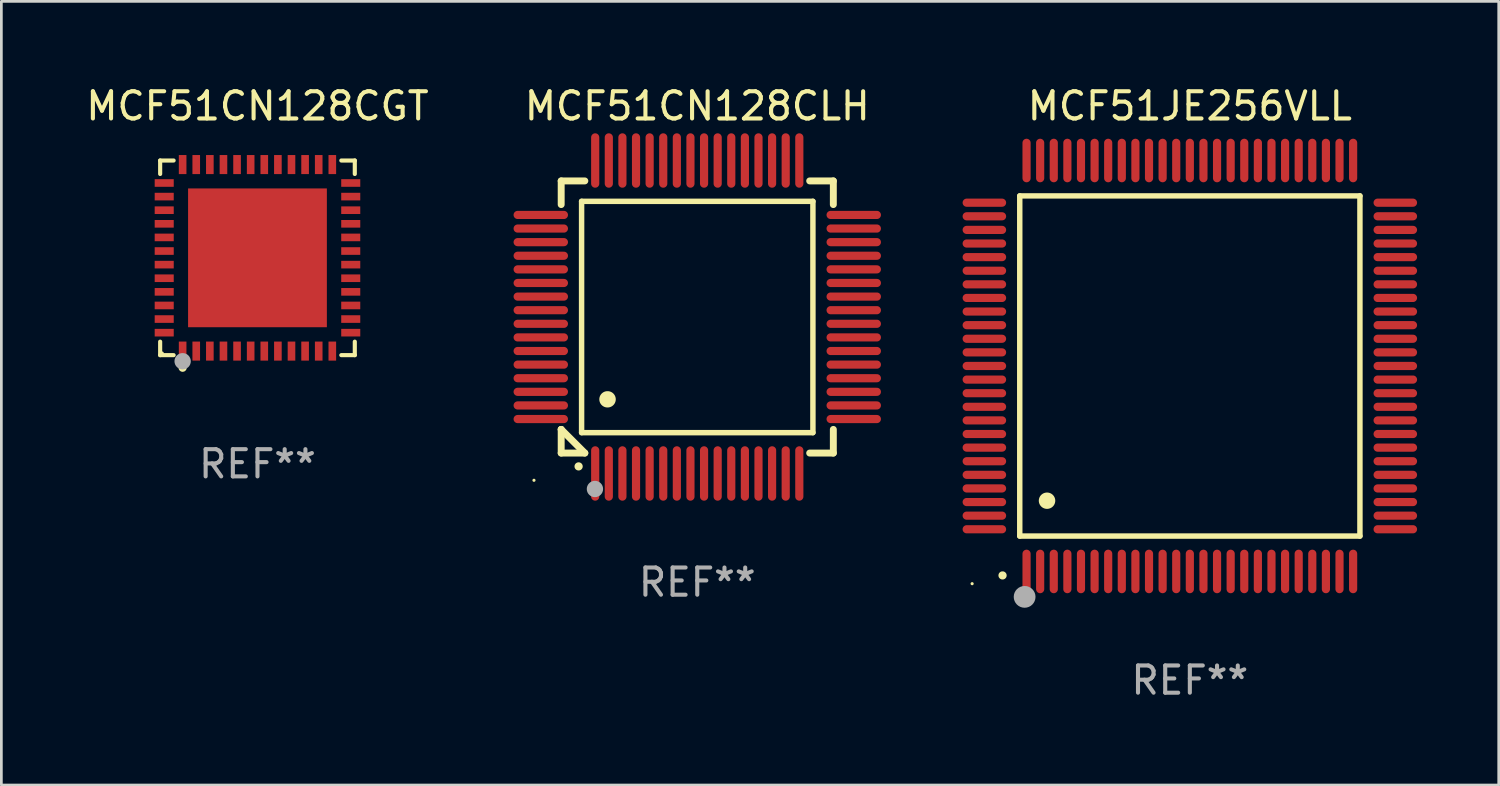
<source format=kicad_pcb>
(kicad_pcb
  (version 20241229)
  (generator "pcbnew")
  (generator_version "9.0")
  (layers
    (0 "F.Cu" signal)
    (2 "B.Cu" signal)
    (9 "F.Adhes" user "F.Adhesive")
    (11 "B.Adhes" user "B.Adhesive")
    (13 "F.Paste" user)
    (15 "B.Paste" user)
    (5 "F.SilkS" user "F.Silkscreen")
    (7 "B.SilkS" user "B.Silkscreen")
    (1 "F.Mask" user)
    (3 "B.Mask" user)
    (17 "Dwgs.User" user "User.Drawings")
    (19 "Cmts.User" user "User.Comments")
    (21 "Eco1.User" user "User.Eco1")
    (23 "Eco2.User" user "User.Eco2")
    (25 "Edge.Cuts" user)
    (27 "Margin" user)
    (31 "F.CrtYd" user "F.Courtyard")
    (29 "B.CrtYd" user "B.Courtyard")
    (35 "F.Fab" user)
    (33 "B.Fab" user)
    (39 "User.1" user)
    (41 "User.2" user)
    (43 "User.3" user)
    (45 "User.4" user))
  (footprint "MCF51CN128CGT"
    (layer "F.Cu")
    (at 6.411 6.424)
    (property "Reference" "MCF51CN128CGT" (at 0 -5.576 0) (layer "F.SilkS") (effects (font (size 1 1) (thickness 0.15))))
    (attr through_hole)
    (fp_line (start -3.576 -3.576) (end -3.081 -3.576) (stroke (width 0.152) (type solid)) (layer "F.SilkS"))
    (fp_line (start -3.576 -3.081) (end -3.576 -3.576) (stroke (width 0.152) (type solid)) (layer "F.SilkS"))
    (fp_line (start -3.576 3.081) (end -3.576 3.576) (stroke (width 0.152) (type solid)) (layer "F.SilkS"))
    (fp_line (start -3.576 3.576) (end -3.081 3.576) (stroke (width 0.152) (type solid)) (layer "F.SilkS"))
    (fp_line (start 3.576 -3.576) (end 3.081 -3.576) (stroke (width 0.152) (type solid)) (layer "F.SilkS"))
    (fp_line (start 3.576 -3.081) (end 3.576 -3.576) (stroke (width 0.152) (type solid)) (layer "F.SilkS"))
    (fp_line (start 3.576 3.081) (end 3.576 3.576) (stroke (width 0.152) (type solid)) (layer "F.SilkS"))
    (fp_line (start 3.576 3.576) (end 3.081 3.576) (stroke (width 0.152) (type solid)) (layer "F.SilkS"))
    (fp_circle (center -3.5 3.5) (end -3.47 3.5) (stroke (width 0.06) (type solid)) (fill no) (layer "F.SilkS"))
    (fp_circle (center -2.75 4.04) (end -2.675 4.04) (stroke (width 0.15) (type solid)) (fill no) (layer "F.SilkS"))
    (fp_circle (center -2.75 3.8) (end -2.6 3.8) (stroke (width 0.3) (type solid)) (fill no) (layer "F.Fab"))
    (fp_text user "REF**" (at 0 7.576 0) (layer "F.Fab") (effects (font (size 1 1) (thickness 0.15))))
    (pad "1" smd rect (at -2.75 3.427) (size 0.28 0.7) (layers "F.Cu" "F.Mask" "F.Paste"))
    (pad "2" smd rect (at -2.25 3.427) (size 0.28 0.7) (layers "F.Cu" "F.Mask" "F.Paste"))
    (pad "3" smd rect (at -1.75 3.427) (size 0.28 0.7) (layers "F.Cu" "F.Mask" "F.Paste"))
    (pad "4" smd rect (at -1.25 3.427) (size 0.28 0.7) (layers "F.Cu" "F.Mask" "F.Paste"))
    (pad "5" smd rect (at -0.75 3.427) (size 0.28 0.7) (layers "F.Cu" "F.Mask" "F.Paste"))
    (pad "6" smd rect (at -0.25 3.427) (size 0.28 0.7) (layers "F.Cu" "F.Mask" "F.Paste"))
    (pad "7" smd rect (at 0.25 3.427) (size 0.28 0.7) (layers "F.Cu" "F.Mask" "F.Paste"))
    (pad "8" smd rect (at 0.75 3.427) (size 0.28 0.7) (layers "F.Cu" "F.Mask" "F.Paste"))
    (pad "9" smd rect (at 1.25 3.427) (size 0.28 0.7) (layers "F.Cu" "F.Mask" "F.Paste"))
    (pad "10" smd rect (at 1.75 3.427) (size 0.28 0.7) (layers "F.Cu" "F.Mask" "F.Paste"))
    (pad "11" smd rect (at 2.25 3.427) (size 0.28 0.7) (layers "F.Cu" "F.Mask" "F.Paste"))
    (pad "12" smd rect (at 2.75 3.427) (size 0.28 0.7) (layers "F.Cu" "F.Mask" "F.Paste"))
    (pad "13" smd rect (at 3.427 2.75) (size 0.7 0.28) (layers "F.Cu" "F.Mask" "F.Paste"))
    (pad "14" smd rect (at 3.427 2.25) (size 0.7 0.28) (layers "F.Cu" "F.Mask" "F.Paste"))
    (pad "15" smd rect (at 3.427 1.75) (size 0.7 0.28) (layers "F.Cu" "F.Mask" "F.Paste"))
    (pad "16" smd rect (at 3.427 1.25) (size 0.7 0.28) (layers "F.Cu" "F.Mask" "F.Paste"))
    (pad "17" smd rect (at 3.427 0.75) (size 0.7 0.28) (layers "F.Cu" "F.Mask" "F.Paste"))
    (pad "18" smd rect (at 3.427 0.25) (size 0.7 0.28) (layers "F.Cu" "F.Mask" "F.Paste"))
    (pad "19" smd rect (at 3.427 -0.25) (size 0.7 0.28) (layers "F.Cu" "F.Mask" "F.Paste"))
    (pad "20" smd rect (at 3.427 -0.75) (size 0.7 0.28) (layers "F.Cu" "F.Mask" "F.Paste"))
    (pad "21" smd rect (at 3.427 -1.25) (size 0.7 0.28) (layers "F.Cu" "F.Mask" "F.Paste"))
    (pad "22" smd rect (at 3.427 -1.75) (size 0.7 0.28) (layers "F.Cu" "F.Mask" "F.Paste"))
    (pad "23" smd rect (at 3.427 -2.25) (size 0.7 0.28) (layers "F.Cu" "F.Mask" "F.Paste"))
    (pad "24" smd rect (at 3.427 -2.75) (size 0.7 0.28) (layers "F.Cu" "F.Mask" "F.Paste"))
    (pad "25" smd rect (at 2.75 -3.427) (size 0.28 0.7) (layers "F.Cu" "F.Mask" "F.Paste"))
    (pad "26" smd rect (at 2.25 -3.427) (size 0.28 0.7) (layers "F.Cu" "F.Mask" "F.Paste"))
    (pad "27" smd rect (at 1.75 -3.427) (size 0.28 0.7) (layers "F.Cu" "F.Mask" "F.Paste"))
    (pad "28" smd rect (at 1.25 -3.427) (size 0.28 0.7) (layers "F.Cu" "F.Mask" "F.Paste"))
    (pad "29" smd rect (at 0.75 -3.427) (size 0.28 0.7) (layers "F.Cu" "F.Mask" "F.Paste"))
    (pad "30" smd rect (at 0.25 -3.427) (size 0.28 0.7) (layers "F.Cu" "F.Mask" "F.Paste"))
    (pad "31" smd rect (at -0.25 -3.427) (size 0.28 0.7) (layers "F.Cu" "F.Mask" "F.Paste"))
    (pad "32" smd rect (at -0.75 -3.427) (size 0.28 0.7) (layers "F.Cu" "F.Mask" "F.Paste"))
    (pad "33" smd rect (at -1.25 -3.427) (size 0.28 0.7) (layers "F.Cu" "F.Mask" "F.Paste"))
    (pad "34" smd rect (at -1.75 -3.427) (size 0.28 0.7) (layers "F.Cu" "F.Mask" "F.Paste"))
    (pad "35" smd rect (at -2.25 -3.427) (size 0.28 0.7) (layers "F.Cu" "F.Mask" "F.Paste"))
    (pad "36" smd rect (at -2.75 -3.427) (size 0.28 0.7) (layers "F.Cu" "F.Mask" "F.Paste"))
    (pad "37" smd rect (at -3.427 -2.75) (size 0.7 0.28) (layers "F.Cu" "F.Mask" "F.Paste"))
    (pad "38" smd rect (at -3.427 -2.25) (size 0.7 0.28) (layers "F.Cu" "F.Mask" "F.Paste"))
    (pad "39" smd rect (at -3.427 -1.75) (size 0.7 0.28) (layers "F.Cu" "F.Mask" "F.Paste"))
    (pad "40" smd rect (at -3.427 -1.25) (size 0.7 0.28) (layers "F.Cu" "F.Mask" "F.Paste"))
    (pad "41" smd rect (at -3.427 -0.75) (size 0.7 0.28) (layers "F.Cu" "F.Mask" "F.Paste"))
    (pad "42" smd rect (at -3.427 -0.25) (size 0.7 0.28) (layers "F.Cu" "F.Mask" "F.Paste"))
    (pad "43" smd rect (at -3.427 0.25) (size 0.7 0.28) (layers "F.Cu" "F.Mask" "F.Paste"))
    (pad "44" smd rect (at -3.427 0.75) (size 0.7 0.28) (layers "F.Cu" "F.Mask" "F.Paste"))
    (pad "45" smd rect (at -3.427 1.25) (size 0.7 0.28) (layers "F.Cu" "F.Mask" "F.Paste"))
    (pad "46" smd rect (at -3.427 1.75) (size 0.7 0.28) (layers "F.Cu" "F.Mask" "F.Paste"))
    (pad "47" smd rect (at -3.427 2.25) (size 0.7 0.28) (layers "F.Cu" "F.Mask" "F.Paste"))
    (pad "48" smd rect (at -3.427 2.75) (size 0.7 0.28) (layers "F.Cu" "F.Mask" "F.Paste"))
    (pad "49" smd rect (at 0 0) (size 5.1 5.1) (layers "F.Cu" "F.Mask" "F.Paste")))
  (footprint "MCF51JE256VLL"
    (layer "F.Cu")
    (at 40.671 10.398)
    (property "Reference" "MCF51JE256VLL" (at 0 -9.55 0) (layer "F.SilkS") (effects (font (size 1 1) (thickness 0.15))))
    (attr through_hole)
    (fp_line (start -6.25 -6.25) (end -6.25 6.25) (stroke (width 0.2) (type solid)) (layer "F.SilkS"))
    (fp_line (start -6.25 6.25) (end 6.25 6.25) (stroke (width 0.2) (type solid)) (layer "F.SilkS"))
    (fp_line (start 6.25 -6.25) (end -6.25 -6.25) (stroke (width 0.2) (type solid)) (layer "F.SilkS"))
    (fp_line (start 6.25 6.25) (end 6.25 -6.25) (stroke (width 0.2) (type solid)) (layer "F.SilkS"))
    (fp_arc (start -6.883414 7.696215) (mid -6.882144 7.69621) (end -6.880874 7.696215) (stroke (width 0.3) (type solid)) (layer "F.SilkS"))
    (fp_arc (start -5.250191 4.95047) (mid -5.247651 4.950459) (end -5.245111 4.95047) (stroke (width 0.6) (type solid)) (layer "F.SilkS"))
    (fp_circle (center -8 8) (end -7.97 8) (stroke (width 0.06) (type solid)) (fill no) (layer "F.SilkS"))
    (fp_circle (center -6.071 8.484) (end -5.871 8.484) (stroke (width 0.4) (type solid)) (fill no) (layer "F.Fab"))
    (fp_text user "REF**" (at 0 11.55 0) (layer "F.Fab") (effects (font (size 1 1) (thickness 0.15))))
    (pad "1" smd oval (at -6 7.55) (size 0.3 1.6) (layers "F.Cu" "F.Mask" "F.Paste"))
    (pad "2" smd oval (at -5.5 7.55) (size 0.3 1.6) (layers "F.Cu" "F.Mask" "F.Paste"))
    (pad "3" smd oval (at -5 7.55) (size 0.3 1.6) (layers "F.Cu" "F.Mask" "F.Paste"))
    (pad "4" smd oval (at -4.5 7.55) (size 0.3 1.6) (layers "F.Cu" "F.Mask" "F.Paste"))
    (pad "5" smd oval (at -4 7.55) (size 0.3 1.6) (layers "F.Cu" "F.Mask" "F.Paste"))
    (pad "6" smd oval (at -3.5 7.55) (size 0.3 1.6) (layers "F.Cu" "F.Mask" "F.Paste"))
    (pad "7" smd oval (at -3 7.55) (size 0.3 1.6) (layers "F.Cu" "F.Mask" "F.Paste"))
    (pad "8" smd oval (at -2.5 7.55) (size 0.3 1.6) (layers "F.Cu" "F.Mask" "F.Paste"))
    (pad "9" smd oval (at -2 7.55) (size 0.3 1.6) (layers "F.Cu" "F.Mask" "F.Paste"))
    (pad "10" smd oval (at -1.5 7.55) (size 0.3 1.6) (layers "F.Cu" "F.Mask" "F.Paste"))
    (pad "11" smd oval (at -1 7.55) (size 0.3 1.6) (layers "F.Cu" "F.Mask" "F.Paste"))
    (pad "12" smd oval (at -0.5 7.55) (size 0.3 1.6) (layers "F.Cu" "F.Mask" "F.Paste"))
    (pad "13" smd oval (at 0 7.55) (size 0.3 1.6) (layers "F.Cu" "F.Mask" "F.Paste"))
    (pad "14" smd oval (at 0.5 7.55) (size 0.3 1.6) (layers "F.Cu" "F.Mask" "F.Paste"))
    (pad "15" smd oval (at 1 7.55) (size 0.3 1.6) (layers "F.Cu" "F.Mask" "F.Paste"))
    (pad "16" smd oval (at 1.5 7.55) (size 0.3 1.6) (layers "F.Cu" "F.Mask" "F.Paste"))
    (pad "17" smd oval (at 2 7.55) (size 0.3 1.6) (layers "F.Cu" "F.Mask" "F.Paste"))
    (pad "18" smd oval (at 2.5 7.55) (size 0.3 1.6) (layers "F.Cu" "F.Mask" "F.Paste"))
    (pad "19" smd oval (at 3 7.55) (size 0.3 1.6) (layers "F.Cu" "F.Mask" "F.Paste"))
    (pad "20" smd oval (at 3.5 7.55) (size 0.3 1.6) (layers "F.Cu" "F.Mask" "F.Paste"))
    (pad "21" smd oval (at 4 7.55) (size 0.3 1.6) (layers "F.Cu" "F.Mask" "F.Paste"))
    (pad "22" smd oval (at 4.5 7.55) (size 0.3 1.6) (layers "F.Cu" "F.Mask" "F.Paste"))
    (pad "23" smd oval (at 5 7.55) (size 0.3 1.6) (layers "F.Cu" "F.Mask" "F.Paste"))
    (pad "24" smd oval (at 5.5 7.55) (size 0.3 1.6) (layers "F.Cu" "F.Mask" "F.Paste"))
    (pad "25" smd oval (at 6 7.55) (size 0.3 1.6) (layers "F.Cu" "F.Mask" "F.Paste"))
    (pad "26" smd oval (at 7.55 6) (size 1.6 0.3) (layers "F.Cu" "F.Mask" "F.Paste"))
    (pad "27" smd oval (at 7.55 5.5) (size 1.6 0.3) (layers "F.Cu" "F.Mask" "F.Paste"))
    (pad "28" smd oval (at 7.55 5) (size 1.6 0.3) (layers "F.Cu" "F.Mask" "F.Paste"))
    (pad "29" smd oval (at 7.55 4.5) (size 1.6 0.3) (layers "F.Cu" "F.Mask" "F.Paste"))
    (pad "30" smd oval (at 7.55 4) (size 1.6 0.3) (layers "F.Cu" "F.Mask" "F.Paste"))
    (pad "31" smd oval (at 7.55 3.5) (size 1.6 0.3) (layers "F.Cu" "F.Mask" "F.Paste"))
    (pad "32" smd oval (at 7.55 3) (size 1.6 0.3) (layers "F.Cu" "F.Mask" "F.Paste"))
    (pad "33" smd oval (at 7.55 2.5) (size 1.6 0.3) (layers "F.Cu" "F.Mask" "F.Paste"))
    (pad "34" smd oval (at 7.55 2) (size 1.6 0.3) (layers "F.Cu" "F.Mask" "F.Paste"))
    (pad "35" smd oval (at 7.55 1.5) (size 1.6 0.3) (layers "F.Cu" "F.Mask" "F.Paste"))
    (pad "36" smd oval (at 7.55 1) (size 1.6 0.3) (layers "F.Cu" "F.Mask" "F.Paste"))
    (pad "37" smd oval (at 7.55 0.5) (size 1.6 0.3) (layers "F.Cu" "F.Mask" "F.Paste"))
    (pad "38" smd oval (at 7.55 0) (size 1.6 0.3) (layers "F.Cu" "F.Mask" "F.Paste"))
    (pad "39" smd oval (at 7.55 -0.5) (size 1.6 0.3) (layers "F.Cu" "F.Mask" "F.Paste"))
    (pad "40" smd oval (at 7.55 -1) (size 1.6 0.3) (layers "F.Cu" "F.Mask" "F.Paste"))
    (pad "41" smd oval (at 7.55 -1.5) (size 1.6 0.3) (layers "F.Cu" "F.Mask" "F.Paste"))
    (pad "42" smd oval (at 7.55 -2) (size 1.6 0.3) (layers "F.Cu" "F.Mask" "F.Paste"))
    (pad "43" smd oval (at 7.55 -2.5) (size 1.6 0.3) (layers "F.Cu" "F.Mask" "F.Paste"))
    (pad "44" smd oval (at 7.55 -3) (size 1.6 0.3) (layers "F.Cu" "F.Mask" "F.Paste"))
    (pad "45" smd oval (at 7.55 -3.5) (size 1.6 0.3) (layers "F.Cu" "F.Mask" "F.Paste"))
    (pad "46" smd oval (at 7.55 -4) (size 1.6 0.3) (layers "F.Cu" "F.Mask" "F.Paste"))
    (pad "47" smd oval (at 7.55 -4.5) (size 1.6 0.3) (layers "F.Cu" "F.Mask" "F.Paste"))
    (pad "48" smd oval (at 7.55 -5) (size 1.6 0.3) (layers "F.Cu" "F.Mask" "F.Paste"))
    (pad "49" smd oval (at 7.55 -5.5) (size 1.6 0.3) (layers "F.Cu" "F.Mask" "F.Paste"))
    (pad "50" smd oval (at 7.55 -6) (size 1.6 0.3) (layers "F.Cu" "F.Mask" "F.Paste"))
    (pad "51" smd oval (at 6 -7.55) (size 0.3 1.6) (layers "F.Cu" "F.Mask" "F.Paste"))
    (pad "52" smd oval (at 5.5 -7.55) (size 0.3 1.6) (layers "F.Cu" "F.Mask" "F.Paste"))
    (pad "53" smd oval (at 5 -7.55) (size 0.3 1.6) (layers "F.Cu" "F.Mask" "F.Paste"))
    (pad "54" smd oval (at 4.5 -7.55) (size 0.3 1.6) (layers "F.Cu" "F.Mask" "F.Paste"))
    (pad "55" smd oval (at 4 -7.55) (size 0.3 1.6) (layers "F.Cu" "F.Mask" "F.Paste"))
    (pad "56" smd oval (at 3.5 -7.55) (size 0.3 1.6) (layers "F.Cu" "F.Mask" "F.Paste"))
    (pad "57" smd oval (at 3 -7.55) (size 0.3 1.6) (layers "F.Cu" "F.Mask" "F.Paste"))
    (pad "58" smd oval (at 2.5 -7.55) (size 0.3 1.6) (layers "F.Cu" "F.Mask" "F.Paste"))
    (pad "59" smd oval (at 2 -7.55) (size 0.3 1.6) (layers "F.Cu" "F.Mask" "F.Paste"))
    (pad "60" smd oval (at 1.5 -7.55) (size 0.3 1.6) (layers "F.Cu" "F.Mask" "F.Paste"))
    (pad "61" smd oval (at 1 -7.55) (size 0.3 1.6) (layers "F.Cu" "F.Mask" "F.Paste"))
    (pad "62" smd oval (at 0.5 -7.55) (size 0.3 1.6) (layers "F.Cu" "F.Mask" "F.Paste"))
    (pad "63" smd oval (at 0 -7.55) (size 0.3 1.6) (layers "F.Cu" "F.Mask" "F.Paste"))
    (pad "64" smd oval (at -0.5 -7.55) (size 0.3 1.6) (layers "F.Cu" "F.Mask" "F.Paste"))
    (pad "65" smd oval (at -1 -7.55) (size 0.3 1.6) (layers "F.Cu" "F.Mask" "F.Paste"))
    (pad "66" smd oval (at -1.5 -7.55) (size 0.3 1.6) (layers "F.Cu" "F.Mask" "F.Paste"))
    (pad "67" smd oval (at -2 -7.55) (size 0.3 1.6) (layers "F.Cu" "F.Mask" "F.Paste"))
    (pad "68" smd oval (at -2.5 -7.55) (size 0.3 1.6) (layers "F.Cu" "F.Mask" "F.Paste"))
    (pad "69" smd oval (at -3 -7.55) (size 0.3 1.6) (layers "F.Cu" "F.Mask" "F.Paste"))
    (pad "70" smd oval (at -3.5 -7.55) (size 0.3 1.6) (layers "F.Cu" "F.Mask" "F.Paste"))
    (pad "71" smd oval (at -4 -7.55) (size 0.3 1.6) (layers "F.Cu" "F.Mask" "F.Paste"))
    (pad "72" smd oval (at -4.5 -7.55) (size 0.3 1.6) (layers "F.Cu" "F.Mask" "F.Paste"))
    (pad "73" smd oval (at -5 -7.55) (size 0.3 1.6) (layers "F.Cu" "F.Mask" "F.Paste"))
    (pad "74" smd oval (at -5.5 -7.55) (size 0.3 1.6) (layers "F.Cu" "F.Mask" "F.Paste"))
    (pad "75" smd oval (at -6 -7.55) (size 0.3 1.6) (layers "F.Cu" "F.Mask" "F.Paste"))
    (pad "76" smd oval (at -7.55 -6) (size 1.6 0.3) (layers "F.Cu" "F.Mask" "F.Paste"))
    (pad "77" smd oval (at -7.55 -5.5) (size 1.6 0.3) (layers "F.Cu" "F.Mask" "F.Paste"))
    (pad "78" smd oval (at -7.55 -5) (size 1.6 0.3) (layers "F.Cu" "F.Mask" "F.Paste"))
    (pad "79" smd oval (at -7.55 -4.5) (size 1.6 0.3) (layers "F.Cu" "F.Mask" "F.Paste"))
    (pad "80" smd oval (at -7.55 -4) (size 1.6 0.3) (layers "F.Cu" "F.Mask" "F.Paste"))
    (pad "81" smd oval (at -7.55 -3.5) (size 1.6 0.3) (layers "F.Cu" "F.Mask" "F.Paste"))
    (pad "82" smd oval (at -7.55 -3) (size 1.6 0.3) (layers "F.Cu" "F.Mask" "F.Paste"))
    (pad "83" smd oval (at -7.55 -2.5) (size 1.6 0.3) (layers "F.Cu" "F.Mask" "F.Paste"))
    (pad "84" smd oval (at -7.55 -2) (size 1.6 0.3) (layers "F.Cu" "F.Mask" "F.Paste"))
    (pad "85" smd oval (at -7.55 -1.5) (size 1.6 0.3) (layers "F.Cu" "F.Mask" "F.Paste"))
    (pad "86" smd oval (at -7.55 -1) (size 1.6 0.3) (layers "F.Cu" "F.Mask" "F.Paste"))
    (pad "87" smd oval (at -7.55 -0.5) (size 1.6 0.3) (layers "F.Cu" "F.Mask" "F.Paste"))
    (pad "88" smd oval (at -7.55 0) (size 1.6 0.3) (layers "F.Cu" "F.Mask" "F.Paste"))
    (pad "89" smd oval (at -7.55 0.5) (size 1.6 0.3) (layers "F.Cu" "F.Mask" "F.Paste"))
    (pad "90" smd oval (at -7.55 1) (size 1.6 0.3) (layers "F.Cu" "F.Mask" "F.Paste"))
    (pad "91" smd oval (at -7.55 1.5) (size 1.6 0.3) (layers "F.Cu" "F.Mask" "F.Paste"))
    (pad "92" smd oval (at -7.55 2) (size 1.6 0.3) (layers "F.Cu" "F.Mask" "F.Paste"))
    (pad "93" smd oval (at -7.55 2.5) (size 1.6 0.3) (layers "F.Cu" "F.Mask" "F.Paste"))
    (pad "94" smd oval (at -7.55 3) (size 1.6 0.3) (layers "F.Cu" "F.Mask" "F.Paste"))
    (pad "95" smd oval (at -7.55 3.5) (size 1.6 0.3) (layers "F.Cu" "F.Mask" "F.Paste"))
    (pad "96" smd oval (at -7.55 4) (size 1.6 0.3) (layers "F.Cu" "F.Mask" "F.Paste"))
    (pad "97" smd oval (at -7.55 4.5) (size 1.6 0.3) (layers "F.Cu" "F.Mask" "F.Paste"))
    (pad "98" smd oval (at -7.55 5) (size 1.6 0.3) (layers "F.Cu" "F.Mask" "F.Paste"))
    (pad "99" smd oval (at -7.55 5.5) (size 1.6 0.3) (layers "F.Cu" "F.Mask" "F.Paste"))
    (pad "100" smd oval (at -7.55 6) (size 1.6 0.3) (layers "F.Cu" "F.Mask" "F.Paste")))
  (footprint "MCF51CN128CLH"
    (layer "F.Cu")
    (at 22.571 8.598)
    (property "Reference" "MCF51CN128CLH" (at 0 -7.75 0) (layer "F.SilkS") (effects (font (size 1 1) (thickness 0.15))))
    (attr through_hole)
    (fp_line (start -5 -5) (end -4.131 -5) (stroke (width 0.254) (type solid)) (layer "F.SilkS"))
    (fp_line (start -5 -4.131) (end -5 -5) (stroke (width 0.254) (type solid)) (layer "F.SilkS"))
    (fp_line (start -5 4.131) (end -5 4.131) (stroke (width 0.254) (type solid)) (layer "F.SilkS"))
    (fp_line (start -5 5) (end -5 4.131) (stroke (width 0.254) (type solid)) (layer "F.SilkS"))
    (fp_line (start -5 4.131) (end -4.131 5) (stroke (width 0.254) (type solid)) (layer "F.SilkS"))
    (fp_line (start -4.25 -4.25) (end -4.25 4.25) (stroke (width 0.2) (type solid)) (layer "F.SilkS"))
    (fp_line (start -4.25 4.25) (end 4.25 4.25) (stroke (width 0.2) (type solid)) (layer "F.SilkS"))
    (fp_line (start -4.131 5) (end -5 5) (stroke (width 0.254) (type solid)) (layer "F.SilkS"))
    (fp_line (start 4.25 -4.25) (end -4.25 -4.25) (stroke (width 0.2) (type solid)) (layer "F.SilkS"))
    (fp_line (start 4.25 4.25) (end 4.25 -4.25) (stroke (width 0.2) (type solid)) (layer "F.SilkS"))
    (fp_line (start 5 -5) (end 4.131 -5) (stroke (width 0.254) (type solid)) (layer "F.SilkS"))
    (fp_line (start 5 -5) (end 5 -4.131) (stroke (width 0.254) (type solid)) (layer "F.SilkS"))
    (fp_line (start 5 4.131) (end 5 5) (stroke (width 0.254) (type solid)) (layer "F.SilkS"))
    (fp_line (start 5 5) (end 4.131 5) (stroke (width 0.254) (type solid)) (layer "F.SilkS"))
    (fp_arc (start -4.361265 5.489992) (mid -4.359995 5.489987) (end -4.358725 5.489992) (stroke (width 0.3) (type solid)) (layer "F.SilkS"))
    (fp_arc (start -3.299467 3.025146) (mid -3.296927 3.025135) (end -3.294387 3.025146) (stroke (width 0.6) (type solid)) (layer "F.SilkS"))
    (fp_circle (center -6 6) (end -5.97 6) (stroke (width 0.06) (type solid)) (fill no) (layer "F.SilkS"))
    (fp_circle (center -3.76 6.32) (end -3.61 6.32) (stroke (width 0.3) (type solid)) (fill no) (layer "F.Fab"))
    (fp_text user "REF**" (at 0 9.75 0) (layer "F.Fab") (effects (font (size 1 1) (thickness 0.15))))
    (pad "1" smd oval (at -3.75 5.75) (size 0.3 2) (layers "F.Cu" "F.Mask" "F.Paste"))
    (pad "2" smd oval (at -3.25 5.75) (size 0.3 2) (layers "F.Cu" "F.Mask" "F.Paste"))
    (pad "3" smd oval (at -2.75 5.75) (size 0.3 2) (layers "F.Cu" "F.Mask" "F.Paste"))
    (pad "4" smd oval (at -2.25 5.75) (size 0.3 2) (layers "F.Cu" "F.Mask" "F.Paste"))
    (pad "5" smd oval (at -1.75 5.75) (size 0.3 2) (layers "F.Cu" "F.Mask" "F.Paste"))
    (pad "6" smd oval (at -1.25 5.75) (size 0.3 2) (layers "F.Cu" "F.Mask" "F.Paste"))
    (pad "7" smd oval (at -0.75 5.75) (size 0.3 2) (layers "F.Cu" "F.Mask" "F.Paste"))
    (pad "8" smd oval (at -0.25 5.75) (size 0.3 2) (layers "F.Cu" "F.Mask" "F.Paste"))
    (pad "9" smd oval (at 0.25 5.75) (size 0.3 2) (layers "F.Cu" "F.Mask" "F.Paste"))
    (pad "10" smd oval (at 0.75 5.75) (size 0.3 2) (layers "F.Cu" "F.Mask" "F.Paste"))
    (pad "11" smd oval (at 1.25 5.75) (size 0.3 2) (layers "F.Cu" "F.Mask" "F.Paste"))
    (pad "12" smd oval (at 1.75 5.75) (size 0.3 2) (layers "F.Cu" "F.Mask" "F.Paste"))
    (pad "13" smd oval (at 2.25 5.75) (size 0.3 2) (layers "F.Cu" "F.Mask" "F.Paste"))
    (pad "14" smd oval (at 2.75 5.75) (size 0.3 2) (layers "F.Cu" "F.Mask" "F.Paste"))
    (pad "15" smd oval (at 3.25 5.75) (size 0.3 2) (layers "F.Cu" "F.Mask" "F.Paste"))
    (pad "16" smd oval (at 3.75 5.75) (size 0.3 2) (layers "F.Cu" "F.Mask" "F.Paste"))
    (pad "17" smd oval (at 5.75 3.75) (size 2 0.3) (layers "F.Cu" "F.Mask" "F.Paste"))
    (pad "18" smd oval (at 5.75 3.25) (size 2 0.3) (layers "F.Cu" "F.Mask" "F.Paste"))
    (pad "19" smd oval (at 5.75 2.75) (size 2 0.3) (layers "F.Cu" "F.Mask" "F.Paste"))
    (pad "20" smd oval (at 5.75 2.25) (size 2 0.3) (layers "F.Cu" "F.Mask" "F.Paste"))
    (pad "21" smd oval (at 5.75 1.75) (size 2 0.3) (layers "F.Cu" "F.Mask" "F.Paste"))
    (pad "22" smd oval (at 5.75 1.25) (size 2 0.3) (layers "F.Cu" "F.Mask" "F.Paste"))
    (pad "23" smd oval (at 5.75 0.75) (size 2 0.3) (layers "F.Cu" "F.Mask" "F.Paste"))
    (pad "24" smd oval (at 5.75 0.25) (size 2 0.3) (layers "F.Cu" "F.Mask" "F.Paste"))
    (pad "25" smd oval (at 5.75 -0.25) (size 2 0.3) (layers "F.Cu" "F.Mask" "F.Paste"))
    (pad "26" smd oval (at 5.75 -0.75) (size 2 0.3) (layers "F.Cu" "F.Mask" "F.Paste"))
    (pad "27" smd oval (at 5.75 -1.25) (size 2 0.3) (layers "F.Cu" "F.Mask" "F.Paste"))
    (pad "28" smd oval (at 5.75 -1.75) (size 2 0.3) (layers "F.Cu" "F.Mask" "F.Paste"))
    (pad "29" smd oval (at 5.75 -2.25) (size 2 0.3) (layers "F.Cu" "F.Mask" "F.Paste"))
    (pad "30" smd oval (at 5.75 -2.75) (size 2 0.3) (layers "F.Cu" "F.Mask" "F.Paste"))
    (pad "31" smd oval (at 5.75 -3.25) (size 2 0.3) (layers "F.Cu" "F.Mask" "F.Paste"))
    (pad "32" smd oval (at 5.75 -3.75) (size 2 0.3) (layers "F.Cu" "F.Mask" "F.Paste"))
    (pad "33" smd oval (at 3.75 -5.75) (size 0.3 2) (layers "F.Cu" "F.Mask" "F.Paste"))
    (pad "34" smd oval (at 3.25 -5.75) (size 0.3 2) (layers "F.Cu" "F.Mask" "F.Paste"))
    (pad "35" smd oval (at 2.75 -5.75) (size 0.3 2) (layers "F.Cu" "F.Mask" "F.Paste"))
    (pad "36" smd oval (at 2.25 -5.75) (size 0.3 2) (layers "F.Cu" "F.Mask" "F.Paste"))
    (pad "37" smd oval (at 1.75 -5.75) (size 0.3 2) (layers "F.Cu" "F.Mask" "F.Paste"))
    (pad "38" smd oval (at 1.25 -5.75) (size 0.3 2) (layers "F.Cu" "F.Mask" "F.Paste"))
    (pad "39" smd oval (at 0.75 -5.75) (size 0.3 2) (layers "F.Cu" "F.Mask" "F.Paste"))
    (pad "40" smd oval (at 0.25 -5.75) (size 0.3 2) (layers "F.Cu" "F.Mask" "F.Paste"))
    (pad "41" smd oval (at -0.25 -5.75) (size 0.3 2) (layers "F.Cu" "F.Mask" "F.Paste"))
    (pad "42" smd oval (at -0.75 -5.75) (size 0.3 2) (layers "F.Cu" "F.Mask" "F.Paste"))
    (pad "43" smd oval (at -1.25 -5.75) (size 0.3 2) (layers "F.Cu" "F.Mask" "F.Paste"))
    (pad "44" smd oval (at -1.75 -5.75) (size 0.3 2) (layers "F.Cu" "F.Mask" "F.Paste"))
    (pad "45" smd oval (at -2.25 -5.75) (size 0.3 2) (layers "F.Cu" "F.Mask" "F.Paste"))
    (pad "46" smd oval (at -2.75 -5.75) (size 0.3 2) (layers "F.Cu" "F.Mask" "F.Paste"))
    (pad "47" smd oval (at -3.25 -5.75) (size 0.3 2) (layers "F.Cu" "F.Mask" "F.Paste"))
    (pad "48" smd oval (at -3.75 -5.75) (size 0.3 2) (layers "F.Cu" "F.Mask" "F.Paste"))
    (pad "49" smd oval (at -5.75 -3.75) (size 2 0.3) (layers "F.Cu" "F.Mask" "F.Paste"))
    (pad "50" smd oval (at -5.75 -3.25) (size 2 0.3) (layers "F.Cu" "F.Mask" "F.Paste"))
    (pad "51" smd oval (at -5.75 -2.75) (size 2 0.3) (layers "F.Cu" "F.Mask" "F.Paste"))
    (pad "52" smd oval (at -5.75 -2.25) (size 2 0.3) (layers "F.Cu" "F.Mask" "F.Paste"))
    (pad "53" smd oval (at -5.75 -1.75) (size 2 0.3) (layers "F.Cu" "F.Mask" "F.Paste"))
    (pad "54" smd oval (at -5.75 -1.25) (size 2 0.3) (layers "F.Cu" "F.Mask" "F.Paste"))
    (pad "55" smd oval (at -5.75 -0.75) (size 2 0.3) (layers "F.Cu" "F.Mask" "F.Paste"))
    (pad "56" smd oval (at -5.75 -0.25) (size 2 0.3) (layers "F.Cu" "F.Mask" "F.Paste"))
    (pad "57" smd oval (at -5.75 0.25) (size 2 0.3) (layers "F.Cu" "F.Mask" "F.Paste"))
    (pad "58" smd oval (at -5.75 0.75) (size 2 0.3) (layers "F.Cu" "F.Mask" "F.Paste"))
    (pad "59" smd oval (at -5.75 1.25) (size 2 0.3) (layers "F.Cu" "F.Mask" "F.Paste"))
    (pad "60" smd oval (at -5.75 1.75) (size 2 0.3) (layers "F.Cu" "F.Mask" "F.Paste"))
    (pad "61" smd oval (at -5.75 2.25) (size 2 0.3) (layers "F.Cu" "F.Mask" "F.Paste"))
    (pad "62" smd oval (at -5.75 2.75) (size 2 0.3) (layers "F.Cu" "F.Mask" "F.Paste"))
    (pad "63" smd oval (at -5.75 3.25) (size 2 0.3) (layers "F.Cu" "F.Mask" "F.Paste"))
    (pad "64" smd oval (at -5.75 3.75) (size 2 0.3) (layers "F.Cu" "F.Mask" "F.Paste")))
  (gr_rect
    (start -3 -3)
    (end 52.021 25.796)
    (stroke (width 0.1) (type default))
    (fill no)
    (layer "Edge.Cuts")))
</source>
